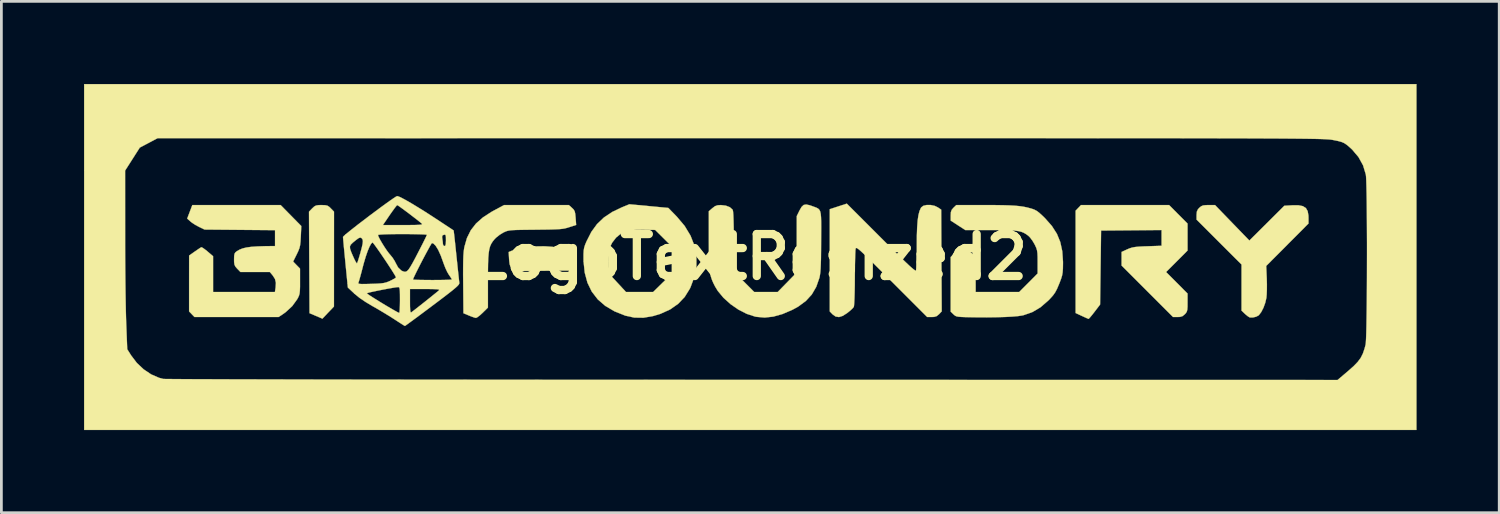
<source format=kicad_pcb>
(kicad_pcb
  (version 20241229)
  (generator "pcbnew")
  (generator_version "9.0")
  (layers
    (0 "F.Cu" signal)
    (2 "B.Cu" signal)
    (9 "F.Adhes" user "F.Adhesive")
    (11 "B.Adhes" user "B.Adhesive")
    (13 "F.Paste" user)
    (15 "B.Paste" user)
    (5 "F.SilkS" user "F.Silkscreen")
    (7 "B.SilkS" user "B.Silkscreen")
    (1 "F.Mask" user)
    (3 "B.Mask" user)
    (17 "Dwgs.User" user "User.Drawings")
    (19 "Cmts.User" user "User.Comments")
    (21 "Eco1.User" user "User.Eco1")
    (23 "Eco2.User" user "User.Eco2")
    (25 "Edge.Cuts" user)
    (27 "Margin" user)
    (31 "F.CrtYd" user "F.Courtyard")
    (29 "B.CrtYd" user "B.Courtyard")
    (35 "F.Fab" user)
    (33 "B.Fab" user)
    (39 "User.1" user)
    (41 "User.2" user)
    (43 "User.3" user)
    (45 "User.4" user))
  (footprint "LogoTextResized2"
    (layer "F.Cu")
    (at 24.171 6.282)
    (property "Reference" "LogoTextResized2" (at 0 0 0) (layer "F.SilkS") (effects (font (size 1.524 1.524) (thickness 0.3))))
    (attr through_hole)
    (fp_poly (pts (xy -15.42 -1.883) (xy -15.336 -1.866) (xy -15.27 -1.824) (xy -15.211 -1.767) (xy -15.095 -1.648) (xy -15.096 0.074) (xy -15.097 1.796) (xy -15.307 2.016) (xy -15.516 2.237) (xy -15.75 2.137) (xy -15.984 2.038) (xy -16.003 -1.647) (xy -15.886 -1.767) (xy -15.814 -1.834) (xy -15.747 -1.87) (xy -15.657 -1.885) (xy -15.548 -1.887) (xy -15.42 -1.883)) (stroke (width 0.01) (type solid)) (fill yes) (layer "F.SilkS"))
    (fp_poly (pts (xy -7.402 -0.388) (xy -7.2 -0.374) (xy -6.991 -0.351) (xy -6.789 -0.32) (xy -6.61 -0.286) (xy -6.467 -0.25) (xy -6.376 -0.214) (xy -6.358 -0.201) (xy -6.344 -0.154) (xy -6.335 -0.056) (xy -6.332 0.055) (xy -6.339 0.206) (xy -6.364 0.311) (xy -6.408 0.387) (xy -6.485 0.49) (xy -7.517 0.499) (xy -8.55 0.509) (xy -8.637 0.416) (xy -8.687 0.348) (xy -8.718 0.263) (xy -8.734 0.138) (xy -8.739 0.071) (xy -8.753 -0.182) (xy -8.629 -0.233) (xy -8.404 -0.305) (xy -8.126 -0.356) (xy -7.813 -0.386) (xy -7.483 -0.391) (xy -7.402 -0.388)) (stroke (width 0.01) (type solid)) (fill yes) (layer "F.SilkS"))
    (fp_poly (pts (xy 18.137 -0.599) (xy 18.772 -1.23) (xy 19.407 -1.862) (xy 19.694 -1.879) (xy 19.917 -1.88) (xy 20.079 -1.848) (xy 20.189 -1.779) (xy 20.254 -1.666) (xy 20.282 -1.505) (xy 20.284 -1.428) (xy 20.284 -1.218) (xy 19.516 -0.447) (xy 18.749 0.323) (xy 18.769 0.784) (xy 18.774 0.987) (xy 18.773 1.188) (xy 18.766 1.364) (xy 18.756 1.481) (xy 18.715 1.658) (xy 18.65 1.838) (xy 18.569 1.996) (xy 18.484 2.108) (xy 18.473 2.118) (xy 18.383 2.166) (xy 18.266 2.194) (xy 18.161 2.193) (xy 18.143 2.188) (xy 18.084 2.152) (xy 18.001 2.085) (xy 17.971 2.057) (xy 17.853 1.945) (xy 17.853 0.272) (xy 17.036 -0.544) (xy 16.22 -1.36) (xy 16.22 -1.526) (xy 16.23 -1.647) (xy 16.27 -1.733) (xy 16.321 -1.789) (xy 16.388 -1.844) (xy 16.46 -1.874) (xy 16.561 -1.885) (xy 16.657 -1.887) (xy 16.891 -1.887) (xy 18.137 -0.599)) (stroke (width 0.01) (type solid)) (fill yes) (layer "F.SilkS"))
    (fp_poly (pts (xy 15.558 -1.551) (xy 15.893 -1.214) (xy 15.893 -0.237) (xy 15.504 0.154) (xy 15.114 0.544) (xy 15.504 0.935) (xy 15.893 1.326) (xy 15.893 1.65) (xy 15.892 1.807) (xy 15.884 1.911) (xy 15.866 1.98) (xy 15.833 2.034) (xy 15.796 2.075) (xy 15.713 2.144) (xy 15.62 2.173) (xy 15.532 2.177) (xy 15.366 2.177) (xy 14.432 1.243) (xy 13.498 0.308) (xy 13.498 -0.185) (xy 13.704 -0.28) (xy 13.795 -0.318) (xy 13.883 -0.345) (xy 13.985 -0.364) (xy 14.117 -0.377) (xy 14.295 -0.387) (xy 14.43 -0.391) (xy 14.95 -0.409) (xy 14.95 -0.981) (xy 13.852 -0.971) (xy 12.754 -0.962) (xy 12.718 1.724) (xy 12.519 1.985) (xy 12.429 2.1) (xy 12.356 2.188) (xy 12.31 2.238) (xy 12.301 2.245) (xy 12.261 2.23) (xy 12.175 2.192) (xy 12.059 2.139) (xy 12.056 2.138) (xy 11.829 2.032) (xy 11.829 -1.683) (xy 12.024 -1.887) (xy 15.223 -1.887) (xy 15.558 -1.551)) (stroke (width 0.01) (type solid)) (fill yes) (layer "F.SilkS"))
    (fp_poly (pts (xy -6.455 -1.785) (xy -6.394 -1.724) (xy -6.357 -1.659) (xy -6.337 -1.57) (xy -6.323 -1.431) (xy -6.323 -1.425) (xy -6.304 -1.167) (xy -6.554 -1.085) (xy -6.634 -1.06) (xy -6.712 -1.04) (xy -6.799 -1.025) (xy -6.904 -1.014) (xy -7.039 -1.007) (xy -7.213 -1.001) (xy -7.438 -0.997) (xy -7.722 -0.994) (xy -7.779 -0.993) (xy -8.07 -0.99) (xy -8.299 -0.987) (xy -8.474 -0.983) (xy -8.606 -0.977) (xy -8.704 -0.968) (xy -8.778 -0.955) (xy -8.838 -0.938) (xy -8.893 -0.915) (xy -8.948 -0.889) (xy -9.084 -0.806) (xy -9.215 -0.701) (xy -9.271 -0.643) (xy -9.336 -0.562) (xy -9.387 -0.481) (xy -9.428 -0.39) (xy -9.458 -0.281) (xy -9.479 -0.144) (xy -9.494 0.029) (xy -9.502 0.248) (xy -9.506 0.522) (xy -9.507 0.851) (xy -9.507 1.835) (xy -9.698 2.024) (xy -9.799 2.116) (xy -9.885 2.182) (xy -9.94 2.21) (xy -9.943 2.21) (xy -10.004 2.195) (xy -10.106 2.159) (xy -10.196 2.123) (xy -10.396 2.039) (xy -10.405 0.966) (xy -10.408 0.628) (xy -10.407 0.354) (xy -10.404 0.134) (xy -10.398 -0.041) (xy -10.388 -0.18) (xy -10.374 -0.293) (xy -10.36 -0.372) (xy -10.268 -0.692) (xy -10.129 -0.972) (xy -9.937 -1.219) (xy -9.686 -1.441) (xy -9.37 -1.645) (xy -9.295 -1.686) (xy -8.92 -1.887) (xy -6.569 -1.887) (xy -6.455 -1.785)) (stroke (width 0.01) (type solid)) (fill yes) (layer "F.SilkS"))
    (fp_poly (pts (xy -3.665 -1.85) (xy -2.957 -1.783) (xy -2.645 -1.462) (xy -2.364 -1.128) (xy -2.152 -0.778) (xy -2.01 -0.417) (xy -1.939 -0.045) (xy -1.938 0.333) (xy -2.009 0.715) (xy -2.152 1.098) (xy -2.176 1.148) (xy -2.362 1.447) (xy -2.6 1.698) (xy -2.893 1.903) (xy -3.242 2.061) (xy -3.504 2.141) (xy -3.86 2.203) (xy -4.194 2.198) (xy -4.517 2.128) (xy -4.518 2.128) (xy -4.913 1.97) (xy -5.247 1.773) (xy -5.521 1.535) (xy -5.737 1.254) (xy -5.894 0.931) (xy -5.993 0.564) (xy -6.035 0.158) (xy -5.115 0.158) (xy -5.115 0.163) (xy -5.115 0.599) (xy -4.804 0.934) (xy -4.493 1.27) (xy -3.51 1.27) (xy -2.83 0.603) (xy -2.83 -0.383) (xy -3.436 -0.985) (xy -3.868 -0.991) (xy -4.117 -0.989) (xy -4.32 -0.975) (xy -4.464 -0.95) (xy -4.471 -0.948) (xy -4.671 -0.856) (xy -4.852 -0.709) (xy -4.994 -0.525) (xy -5.03 -0.456) (xy -5.068 -0.367) (xy -5.092 -0.279) (xy -5.107 -0.175) (xy -5.114 -0.035) (xy -5.115 0.158) (xy -6.035 0.158) (xy -6.036 0.153) (xy -6.037 0.073) (xy -6.037 -0.106) (xy -6.03 -0.237) (xy -6.012 -0.342) (xy -5.979 -0.446) (xy -5.927 -0.57) (xy -5.753 -0.912) (xy -5.545 -1.198) (xy -5.295 -1.436) (xy -4.994 -1.637) (xy -4.645 -1.804) (xy -4.372 -1.916) (xy -3.665 -1.85)) (stroke (width 0.01) (type solid)) (fill yes) (layer "F.SilkS"))
    (fp_poly (pts (xy 2.177 -1.88) (xy 2.254 -1.853) (xy 2.348 -1.819) (xy 2.424 -1.79) (xy 2.482 -1.759) (xy 2.525 -1.717) (xy 2.556 -1.656) (xy 2.576 -1.568) (xy 2.587 -1.444) (xy 2.592 -1.278) (xy 2.593 -1.06) (xy 2.591 -0.783) (xy 2.59 -0.574) (xy 2.588 -0.241) (xy 2.585 0.028) (xy 2.579 0.243) (xy 2.572 0.412) (xy 2.562 0.545) (xy 2.548 0.65) (xy 2.532 0.736) (xy 2.526 0.758) (xy 2.413 1.081) (xy 2.252 1.358) (xy 2.035 1.595) (xy 1.758 1.799) (xy 1.55 1.913) (xy 1.187 2.069) (xy 0.853 2.163) (xy 0.541 2.197) (xy 0.245 2.171) (xy 0.192 2.161) (xy -0.111 2.062) (xy -0.413 1.908) (xy -0.699 1.71) (xy -0.953 1.481) (xy -1.161 1.231) (xy -1.261 1.067) (xy -1.323 0.945) (xy -1.372 0.831) (xy -1.411 0.715) (xy -1.44 0.588) (xy -1.46 0.44) (xy -1.474 0.26) (xy -1.482 0.039) (xy -1.486 -0.233) (xy -1.488 -0.566) (xy -1.488 -0.621) (xy -1.488 -1.662) (xy -1.359 -1.774) (xy -1.262 -1.847) (xy -1.167 -1.88) (xy -1.049 -1.887) (xy -0.87 -1.866) (xy -0.724 -1.81) (xy -0.628 -1.724) (xy -0.618 -1.707) (xy -0.607 -1.649) (xy -0.597 -1.523) (xy -0.59 -1.335) (xy -0.584 -1.089) (xy -0.581 -0.791) (xy -0.581 -0.556) (xy -0.581 0.525) (xy 0.162 1.27) (xy 1.012 1.27) (xy 1.358 0.916) (xy 1.704 0.562) (xy 1.704 -0.462) (xy 1.705 -1.486) (xy 1.804 -1.688) (xy 1.879 -1.819) (xy 1.954 -1.89) (xy 2.048 -1.908) (xy 2.177 -1.88)) (stroke (width 0.01) (type solid)) (fill yes) (layer "F.SilkS"))
    (fp_poly (pts (xy -16.657 -1.506) (xy -16.283 -1.126) (xy -16.3 -0.745) (xy -16.31 -0.564) (xy -16.325 -0.432) (xy -16.35 -0.325) (xy -16.392 -0.217) (xy -16.448 -0.1) (xy -16.579 0.163) (xy -16.454 0.292) (xy -16.329 0.42) (xy -16.329 0.886) (xy -16.329 1.08) (xy -16.334 1.217) (xy -16.344 1.316) (xy -16.363 1.392) (xy -16.394 1.463) (xy -16.435 1.538) (xy -16.613 1.782) (xy -16.85 2.001) (xy -16.963 2.082) (xy -17.107 2.177) (xy -20.161 2.177) (xy -20.259 2.075) (xy -20.356 1.974) (xy -20.356 0.96) (xy -20.355 -0.054) (xy -20.149 -0.2) (xy -20.041 -0.274) (xy -19.957 -0.33) (xy -19.913 -0.357) (xy -19.912 -0.357) (xy -19.872 -0.341) (xy -19.794 -0.288) (xy -19.694 -0.209) (xy -19.684 -0.2) (xy -19.485 -0.031) (xy -19.485 1.27) (xy -17.24 1.27) (xy -17.216 1.107) (xy -17.205 0.935) (xy -17.237 0.798) (xy -17.319 0.669) (xy -17.33 0.656) (xy -17.424 0.544) (xy -18.491 0.544) (xy -18.607 0.425) (xy -18.673 0.349) (xy -18.708 0.278) (xy -18.722 0.183) (xy -18.723 0.082) (xy -18.72 -0.044) (xy -18.705 -0.122) (xy -18.671 -0.173) (xy -18.624 -0.21) (xy -18.526 -0.268) (xy -18.412 -0.313) (xy -18.272 -0.347) (xy -18.097 -0.371) (xy -17.876 -0.386) (xy -17.599 -0.395) (xy -17.372 -0.398) (xy -17.236 -0.399) (xy -17.236 -0.976) (xy -18.515 -0.987) (xy -19.794 -0.998) (xy -19.993 -1.094) (xy -20.126 -1.165) (xy -20.25 -1.246) (xy -20.309 -1.293) (xy -20.425 -1.397) (xy -20.332 -1.642) (xy -20.239 -1.887) (xy -17.032 -1.887) (xy -16.657 -1.506)) (stroke (width 0.01) (type solid)) (fill yes) (layer "F.SilkS"))
    (fp_poly (pts (xy 4.767 -0.694) (xy 5.059 -0.402) (xy 5.304 -0.159) (xy 5.506 0.039) (xy 5.669 0.196) (xy 5.796 0.316) (xy 5.893 0.402) (xy 5.961 0.457) (xy 6.006 0.486) (xy 6.031 0.492) (xy 6.039 0.485) (xy 6.046 0.43) (xy 6.052 0.314) (xy 6.057 0.149) (xy 6.061 -0.055) (xy 6.063 -0.286) (xy 6.063 -0.399) (xy 6.065 -0.77) (xy 6.076 -1.075) (xy 6.094 -1.322) (xy 6.122 -1.517) (xy 6.16 -1.666) (xy 6.209 -1.778) (xy 6.223 -1.801) (xy 6.301 -1.861) (xy 6.424 -1.89) (xy 6.569 -1.889) (xy 6.714 -1.858) (xy 6.825 -1.804) (xy 6.949 -1.721) (xy 6.958 0.126) (xy 6.968 1.973) (xy 6.87 2.075) (xy 6.787 2.144) (xy 6.694 2.173) (xy 6.606 2.177) (xy 6.44 2.177) (xy 5.152 0.888) (xy 4.862 0.598) (xy 4.619 0.356) (xy 4.419 0.157) (xy 4.257 -0.001) (xy 4.129 -0.124) (xy 4.032 -0.214) (xy 3.96 -0.276) (xy 3.909 -0.313) (xy 3.877 -0.329) (xy 3.857 -0.329) (xy 3.846 -0.315) (xy 3.842 -0.3) (xy 3.835 -0.238) (xy 3.829 -0.113) (xy 3.824 0.062) (xy 3.819 0.278) (xy 3.816 0.523) (xy 3.814 0.773) (xy 3.812 1.035) (xy 3.807 1.274) (xy 3.801 1.482) (xy 3.793 1.648) (xy 3.785 1.761) (xy 3.776 1.811) (xy 3.73 1.865) (xy 3.645 1.945) (xy 3.545 2.026) (xy 3.379 2.134) (xy 3.238 2.179) (xy 3.115 2.159) (xy 3.003 2.078) (xy 3 2.075) (xy 2.903 1.974) (xy 2.903 -1.737) (xy 3.212 -1.838) (xy 3.522 -1.939) (xy 4.767 -0.694)) (stroke (width 0.01) (type solid)) (fill yes) (layer "F.SilkS"))
    (fp_poly (pts (xy 8.547 -1.887) (xy 8.901 -1.886) (xy 9.192 -1.882) (xy 9.431 -1.875) (xy 9.628 -1.864) (xy 9.794 -1.848) (xy 9.94 -1.827) (xy 10.074 -1.799) (xy 10.208 -1.763) (xy 10.228 -1.758) (xy 10.327 -1.723) (xy 10.417 -1.676) (xy 10.511 -1.605) (xy 10.627 -1.499) (xy 10.725 -1.403) (xy 10.968 -1.127) (xy 11.149 -0.845) (xy 11.273 -0.543) (xy 11.345 -0.209) (xy 11.371 0.17) (xy 11.371 0.236) (xy 11.368 0.419) (xy 11.358 0.556) (xy 11.338 0.671) (xy 11.302 0.79) (xy 11.245 0.94) (xy 11.229 0.98) (xy 11.155 1.154) (xy 11.086 1.285) (xy 11.005 1.398) (xy 10.894 1.521) (xy 10.834 1.582) (xy 10.557 1.822) (xy 10.266 1.995) (xy 9.951 2.107) (xy 9.897 2.12) (xy 9.748 2.143) (xy 9.536 2.162) (xy 9.269 2.176) (xy 8.957 2.185) (xy 8.609 2.19) (xy 8.233 2.188) (xy 8.038 2.185) (xy 7.829 2.181) (xy 7.679 2.175) (xy 7.576 2.167) (xy 7.506 2.153) (xy 7.458 2.132) (xy 7.418 2.101) (xy 7.394 2.079) (xy 7.293 1.982) (xy 7.293 0.002) (xy 7.502 -0.22) (xy 7.711 -0.442) (xy 8.198 -0.018) (xy 8.199 0.626) (xy 8.201 1.27) (xy 9.78 1.27) (xy 10.115 0.934) (xy 10.45 0.597) (xy 10.45 0.177) (xy 10.449 -0.008) (xy 10.443 -0.14) (xy 10.429 -0.239) (xy 10.404 -0.324) (xy 10.363 -0.416) (xy 10.34 -0.462) (xy 10.262 -0.595) (xy 10.172 -0.713) (xy 10.105 -0.778) (xy 10.024 -0.836) (xy 9.945 -0.882) (xy 9.857 -0.917) (xy 9.751 -0.942) (xy 9.618 -0.96) (xy 9.447 -0.971) (xy 9.228 -0.977) (xy 8.953 -0.979) (xy 8.752 -0.98) (xy 7.824 -0.98) (xy 7.559 -1.152) (xy 7.294 -1.324) (xy 7.294 -1.508) (xy 7.301 -1.631) (xy 7.33 -1.713) (xy 7.393 -1.788) (xy 7.395 -1.789) (xy 7.497 -1.887) (xy 8.547 -1.887)) (stroke (width 0.01) (type solid)) (fill yes) (layer "F.SilkS"))
    (fp_poly (pts (xy 24.203 6.277) (xy -24.166 6.277) (xy -24.166 -3.139) (xy -22.679 -3.139) (xy -22.678 -0.871) (xy -22.678 -0.436) (xy -22.676 0.006) (xy -22.673 0.443) (xy -22.669 0.867) (xy -22.664 1.266) (xy -22.658 1.631) (xy -22.652 1.952) (xy -22.645 2.217) (xy -22.64 2.372) (xy -22.602 3.347) (xy -22.459 3.573) (xy -22.253 3.844) (xy -22.008 4.075) (xy -21.735 4.259) (xy -21.448 4.384) (xy -21.296 4.424) (xy -21.25 4.426) (xy -21.134 4.428) (xy -20.95 4.429) (xy -20.699 4.431) (xy -20.383 4.433) (xy -20.005 4.435) (xy -19.566 4.436) (xy -19.069 4.438) (xy -18.515 4.44) (xy -17.906 4.441) (xy -17.245 4.443) (xy -16.534 4.444) (xy -15.774 4.446) (xy -14.967 4.447) (xy -14.116 4.449) (xy -13.222 4.45) (xy -12.288 4.451) (xy -11.315 4.452) (xy -10.305 4.453) (xy -9.261 4.454) (xy -8.185 4.455) (xy -7.078 4.456) (xy -5.942 4.457) (xy -4.78 4.457) (xy -3.593 4.458) (xy -2.384 4.458) (xy -1.154 4.459) (xy 0.094 4.459) (xy 0.102 4.459) (xy 21.34 4.463) (xy 21.734 4.128) (xy 21.929 3.954) (xy 22.074 3.803) (xy 22.181 3.658) (xy 22.259 3.502) (xy 22.321 3.318) (xy 22.358 3.175) (xy 22.366 3.102) (xy 22.374 2.964) (xy 22.381 2.766) (xy 22.387 2.517) (xy 22.392 2.223) (xy 22.397 1.891) (xy 22.401 1.527) (xy 22.404 1.139) (xy 22.406 0.733) (xy 22.407 0.317) (xy 22.408 -0.103) (xy 22.408 -0.52) (xy 22.406 -0.927) (xy 22.404 -1.317) (xy 22.401 -1.684) (xy 22.398 -2.019) (xy 22.393 -2.318) (xy 22.387 -2.572) (xy 22.381 -2.774) (xy 22.374 -2.919) (xy 22.365 -2.998) (xy 22.365 -2.998) (xy 22.265 -3.329) (xy 22.099 -3.63) (xy 21.867 -3.904) (xy 21.752 -4.009) (xy 21.656 -4.087) (xy 21.572 -4.141) (xy 21.48 -4.18) (xy 21.358 -4.213) (xy 21.191 -4.247) (xy 21.164 -4.252) (xy 21.136 -4.257) (xy 21.105 -4.261) (xy 21.068 -4.266) (xy 21.025 -4.27) (xy 20.972 -4.273) (xy 20.909 -4.277) (xy 20.834 -4.281) (xy 20.745 -4.284) (xy 20.641 -4.287) (xy 20.518 -4.29) (xy 20.377 -4.292) (xy 20.214 -4.295) (xy 20.029 -4.297) (xy 19.819 -4.299) (xy 19.582 -4.301) (xy 19.318 -4.303) (xy 19.023 -4.305) (xy 18.697 -4.306) (xy 18.338 -4.308) (xy 17.943 -4.309) (xy 17.512 -4.31) (xy 17.041 -4.311) (xy 16.531 -4.312) (xy 15.978 -4.313) (xy 15.381 -4.314) (xy 14.738 -4.314) (xy 14.048 -4.315) (xy 13.308 -4.315) (xy 12.517 -4.316) (xy 11.674 -4.316) (xy 10.776 -4.316) (xy 9.821 -4.317) (xy 8.809 -4.317) (xy 7.737 -4.317) (xy 6.602 -4.317) (xy 5.405 -4.317) (xy 4.142 -4.317) (xy 2.813 -4.317) (xy 1.414 -4.317) (xy -0.054 -4.317) (xy -0.337 -4.317) (xy -21.499 -4.315) (xy -21.823 -4.144) (xy -22.147 -3.973) (xy -22.413 -3.556) (xy -22.679 -3.139) (xy -24.166 -3.139) (xy -24.166 -6.277) (xy 24.203 -6.277) (xy 24.203 6.277)) (stroke (width 0.01) (type solid)) (fill yes) (layer "F.SilkS"))
    (fp_poly (pts (xy -12.737 -2.194) (xy -12.62 -2.138) (xy -12.458 -2.05) (xy -12.258 -1.934) (xy -12.028 -1.794) (xy -11.774 -1.636) (xy -11.506 -1.463) (xy -11.448 -1.425) (xy -11.25 -1.295) (xy -11.074 -1.179) (xy -10.928 -1.083) (xy -10.821 -1.012) (xy -10.762 -0.972) (xy -10.752 -0.966) (xy -10.747 -0.93) (xy -10.735 -0.831) (xy -10.718 -0.68) (xy -10.697 -0.486) (xy -10.673 -0.258) (xy -10.652 -0.054) (xy -10.625 0.199) (xy -10.601 0.432) (xy -10.579 0.633) (xy -10.562 0.793) (xy -10.55 0.899) (xy -10.545 0.937) (xy -10.548 0.965) (xy -10.567 1.001) (xy -10.609 1.048) (xy -10.678 1.112) (xy -10.781 1.198) (xy -10.922 1.31) (xy -11.107 1.452) (xy -11.342 1.63) (xy -11.519 1.763) (xy -11.753 1.938) (xy -11.967 2.098) (xy -12.156 2.238) (xy -12.313 2.353) (xy -12.431 2.439) (xy -12.502 2.49) (xy -12.522 2.502) (xy -12.556 2.482) (xy -12.639 2.431) (xy -12.758 2.354) (xy -12.9 2.262) (xy -12.907 2.257) (xy -13.096 2.137) (xy -13.318 2.002) (xy -13.542 1.869) (xy -13.701 1.779) (xy -13.952 1.629) (xy -14.176 1.476) (xy -14.352 1.331) (xy -14.358 1.326) (xy -14.369 1.315) (xy -13.905 1.315) (xy -13.878 1.339) (xy -13.8 1.393) (xy -13.683 1.468) (xy -13.538 1.559) (xy -13.377 1.658) (xy -13.212 1.758) (xy -13.054 1.851) (xy -12.914 1.932) (xy -12.806 1.992) (xy -12.74 2.025) (xy -12.727 2.029) (xy -12.717 1.996) (xy -12.709 1.904) (xy -12.703 1.766) (xy -12.7 1.596) (xy -12.7 1.56) (xy -12.701 1.367) (xy -12.704 1.235) (xy -12.711 1.161) (xy -12.337 1.161) (xy -12.337 1.599) (xy -12.336 1.789) (xy -12.33 1.915) (xy -12.32 1.986) (xy -12.303 2.012) (xy -12.292 2.009) (xy -12.249 1.978) (xy -12.16 1.91) (xy -12.037 1.813) (xy -11.889 1.697) (xy -11.793 1.621) (xy -11.634 1.494) (xy -11.493 1.38) (xy -11.38 1.289) (xy -11.306 1.228) (xy -11.286 1.21) (xy -11.275 1.191) (xy -11.296 1.178) (xy -11.358 1.169) (xy -11.468 1.164) (xy -11.637 1.161) (xy -11.785 1.161) (xy -12.337 1.161) (xy -12.711 1.161) (xy -12.712 1.152) (xy -12.726 1.108) (xy -12.747 1.092) (xy -12.764 1.09) (xy -12.838 1.098) (xy -12.959 1.117) (xy -13.114 1.144) (xy -13.286 1.176) (xy -13.462 1.211) (xy -13.626 1.245) (xy -13.765 1.275) (xy -13.862 1.299) (xy -13.904 1.314) (xy -13.905 1.315) (xy -14.369 1.315) (xy -14.592 1.107) (xy -14.608 0.947) (xy -14.213 0.947) (xy -14.202 0.965) (xy -14.161 0.975) (xy -14.081 0.98) (xy -13.949 0.979) (xy -13.755 0.974) (xy -13.749 0.974) (xy -13.543 0.967) (xy -13.394 0.957) (xy -13.281 0.942) (xy -13.19 0.919) (xy -13.101 0.885) (xy -13.054 0.863) (xy -12.96 0.816) (xy -12.228 0.816) (xy -12.194 0.822) (xy -12.098 0.827) (xy -11.951 0.831) (xy -11.765 0.833) (xy -11.55 0.835) (xy -11.521 0.835) (xy -11.303 0.834) (xy -11.113 0.831) (xy -10.96 0.827) (xy -10.857 0.822) (xy -10.814 0.817) (xy -10.813 0.816) (xy -10.833 0.779) (xy -10.882 0.703) (xy -10.92 0.65) (xy -10.983 0.544) (xy -11.052 0.397) (xy -11.114 0.236) (xy -11.124 0.206) (xy -11.219 -0.055) (xy -11.313 -0.262) (xy -11.403 -0.408) (xy -11.486 -0.491) (xy -11.539 -0.508) (xy -11.562 -0.477) (xy -11.612 -0.394) (xy -11.681 -0.268) (xy -11.765 -0.113) (xy -11.857 0.06) (xy -11.95 0.239) (xy -12.039 0.413) (xy -12.117 0.569) (xy -12.179 0.697) (xy -12.218 0.784) (xy -12.228 0.816) (xy -12.96 0.816) (xy -12.946 0.809) (xy -12.87 0.764) (xy -12.845 0.739) (xy -12.864 0.696) (xy -12.917 0.606) (xy -12.996 0.479) (xy -13.094 0.328) (xy -13.203 0.162) (xy -13.317 -0.007) (xy -13.428 -0.17) (xy -13.529 -0.314) (xy -13.612 -0.429) (xy -13.671 -0.505) (xy -13.697 -0.53) (xy -13.746 -0.485) (xy -13.807 -0.377) (xy -13.874 -0.216) (xy -13.945 -0.01) (xy -14.016 0.231) (xy -14.046 0.344) (xy -14.094 0.531) (xy -14.139 0.697) (xy -14.176 0.827) (xy -14.2 0.907) (xy -14.205 0.92) (xy -14.213 0.947) (xy -14.608 0.947) (xy -14.68 0.218) (xy -14.704 -0.031) (xy -14.726 -0.258) (xy -14.738 -0.381) (xy -14.518 -0.381) (xy -14.511 -0.298) (xy -14.47 -0.181) (xy -14.418 -0.059) (xy -14.358 0.074) (xy -14.307 0.173) (xy -14.271 0.225) (xy -14.26 0.228) (xy -14.24 0.183) (xy -14.207 0.084) (xy -14.166 -0.052) (xy -14.139 -0.147) (xy -14.087 -0.342) (xy -14.056 -0.481) (xy -14.047 -0.575) (xy -14.057 -0.638) (xy -14.087 -0.68) (xy -14.096 -0.689) (xy -14.14 -0.708) (xy -14.198 -0.689) (xy -14.287 -0.625) (xy -14.41 -0.525) (xy -14.486 -0.451) (xy -14.518 -0.381) (xy -14.738 -0.381) (xy -14.744 -0.452) (xy -14.758 -0.603) (xy -14.766 -0.699) (xy -14.768 -0.73) (xy -14.74 -0.763) (xy -14.696 -0.802) (xy -13.498 -0.802) (xy -13.479 -0.741) (xy -13.427 -0.638) (xy -13.353 -0.51) (xy -13.267 -0.372) (xy -13.18 -0.242) (xy -13.101 -0.136) (xy -13.062 -0.091) (xy -12.969 0.023) (xy -12.891 0.145) (xy -12.865 0.198) (xy -12.768 0.378) (xy -12.651 0.49) (xy -12.609 0.511) (xy -12.549 0.532) (xy -12.497 0.535) (xy -12.447 0.512) (xy -12.392 0.458) (xy -12.328 0.364) (xy -12.247 0.225) (xy -12.143 0.032) (xy -12.061 -0.127) (xy -11.958 -0.326) (xy -11.867 -0.504) (xy -11.795 -0.649) (xy -11.754 -0.732) (xy -11.171 -0.732) (xy -11.162 -0.657) (xy -11.147 -0.551) (xy -11.14 -0.468) (xy -11.14 -0.463) (xy -11.114 -0.409) (xy -11.085 -0.399) (xy -11.053 -0.416) (xy -11.037 -0.476) (xy -11.031 -0.593) (xy -11.031 -0.613) (xy -11.033 -0.732) (xy -11.043 -0.794) (xy -11.067 -0.814) (xy -11.107 -0.808) (xy -11.157 -0.784) (xy -11.171 -0.732) (xy -11.754 -0.732) (xy -11.744 -0.753) (xy -11.722 -0.804) (xy -11.721 -0.807) (xy -11.755 -0.815) (xy -11.853 -0.822) (xy -12.003 -0.827) (xy -12.196 -0.831) (xy -12.423 -0.834) (xy -12.609 -0.835) (xy -12.869 -0.833) (xy -13.095 -0.83) (xy -13.278 -0.824) (xy -13.412 -0.816) (xy -13.486 -0.807) (xy -13.498 -0.802) (xy -14.696 -0.802) (xy -14.662 -0.832) (xy -14.541 -0.931) (xy -14.386 -1.054) (xy -14.249 -1.161) (xy -13.321 -1.161) (xy -12.585 -1.161) (xy -12.335 -1.162) (xy -12.149 -1.164) (xy -12.02 -1.169) (xy -11.94 -1.176) (xy -11.901 -1.187) (xy -11.896 -1.201) (xy -11.903 -1.21) (xy -11.967 -1.264) (xy -12.068 -1.345) (xy -12.195 -1.443) (xy -12.334 -1.55) (xy -12.475 -1.656) (xy -12.604 -1.751) (xy -12.709 -1.828) (xy -12.779 -1.875) (xy -12.8 -1.886) (xy -12.829 -1.858) (xy -12.891 -1.78) (xy -12.974 -1.666) (xy -13.072 -1.527) (xy -13.074 -1.523) (xy -13.321 -1.161) (xy -14.249 -1.161) (xy -14.206 -1.195) (xy -14.008 -1.346) (xy -13.802 -1.503) (xy -13.594 -1.658) (xy -13.395 -1.806) (xy -13.211 -1.94) (xy -13.051 -2.054) (xy -12.923 -2.142) (xy -12.837 -2.197) (xy -12.801 -2.213) (xy -12.737 -2.194)) (stroke (width 0.01) (type solid)) (fill yes) (layer "F.SilkS")))
  (gr_rect
    (start -3 -3)
    (end 51.379 15.565)
    (stroke (width 0.1) (type default))
    (fill no)
    (layer "Edge.Cuts")))
</source>
